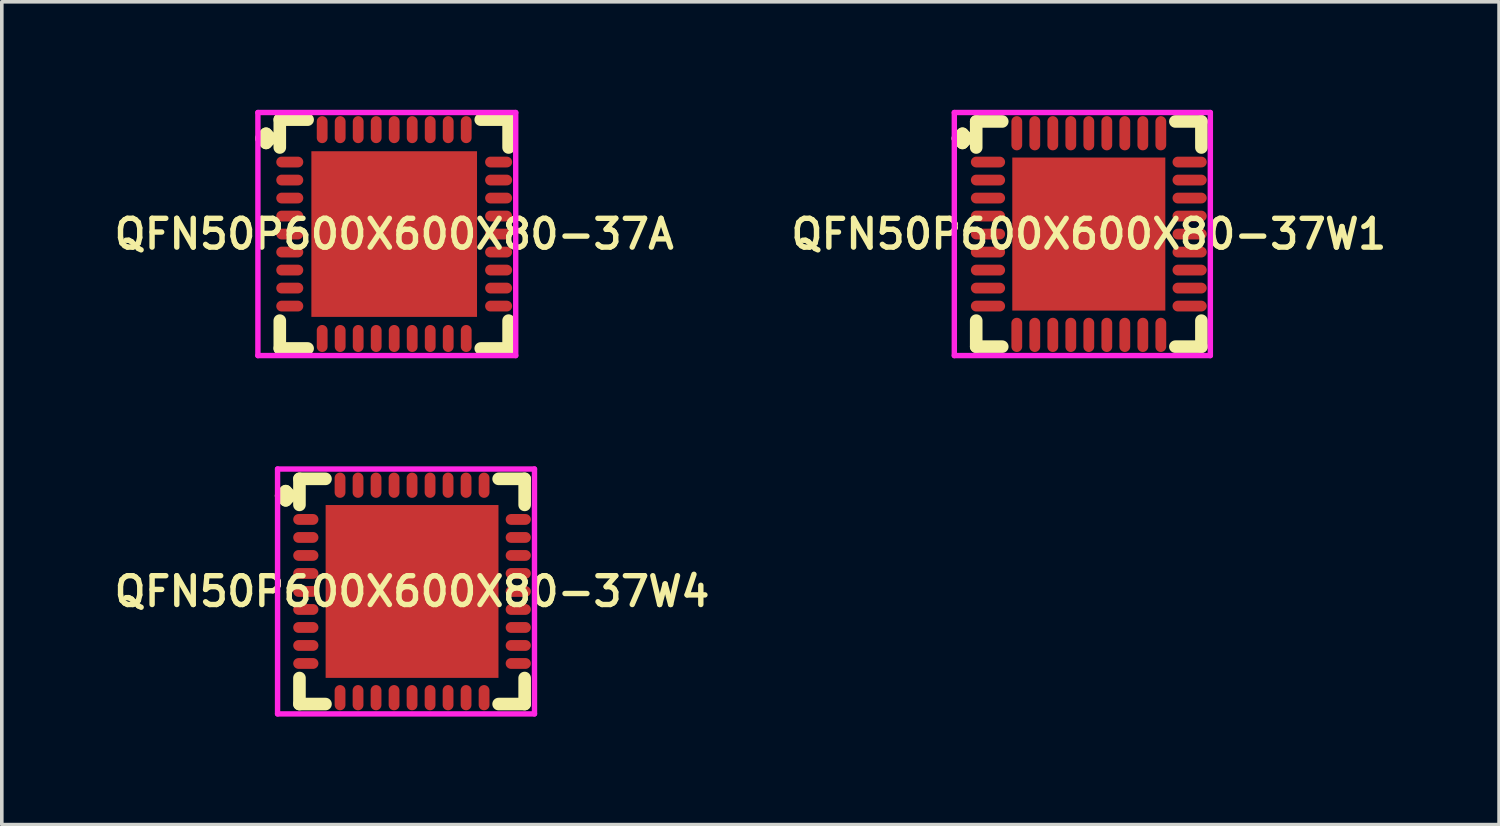
<source format=kicad_pcb>
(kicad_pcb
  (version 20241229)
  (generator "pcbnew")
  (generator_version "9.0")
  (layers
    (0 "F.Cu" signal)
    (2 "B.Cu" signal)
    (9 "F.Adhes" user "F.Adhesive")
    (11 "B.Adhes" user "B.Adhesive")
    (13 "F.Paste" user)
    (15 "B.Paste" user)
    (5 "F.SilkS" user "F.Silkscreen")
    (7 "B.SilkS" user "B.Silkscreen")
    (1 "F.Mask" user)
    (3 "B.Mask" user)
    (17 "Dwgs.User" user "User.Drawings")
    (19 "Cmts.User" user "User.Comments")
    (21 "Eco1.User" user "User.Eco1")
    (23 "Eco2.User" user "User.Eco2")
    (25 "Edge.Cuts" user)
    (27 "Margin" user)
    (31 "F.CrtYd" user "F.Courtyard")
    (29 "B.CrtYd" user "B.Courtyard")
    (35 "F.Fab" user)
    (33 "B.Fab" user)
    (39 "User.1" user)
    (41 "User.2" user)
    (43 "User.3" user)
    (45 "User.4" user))
  (footprint "QFN50P600X600X80-37W1"
    (layer "F.Cu")
    (at 27.187 3.45)
    (property "Reference" "QFN50P600X600X80-37W1" (at 0 0 0) (layer "F.SilkS") (effects (font (size 0.8 0.8) (thickness 0.15))))
    (attr smd)
    (fp_line (start -3.635 -2.658) (end -3.508 -2.785) (stroke (width 0.35) (type solid)) (layer "F.SilkS"))
    (fp_line (start -3.508 -2.785) (end -3.381 -2.658) (stroke (width 0.35) (type solid)) (layer "F.SilkS"))
    (fp_line (start -3.508 -2.531) (end -3.635 -2.658) (stroke (width 0.35) (type solid)) (layer "F.SilkS"))
    (fp_line (start -3.381 -2.658) (end -3.508 -2.531) (stroke (width 0.35) (type solid)) (layer "F.SilkS"))
    (fp_line (start -3.127 -3.127) (end -2.404 -3.127) (stroke (width 0.35) (type solid)) (layer "F.SilkS"))
    (fp_line (start -3.127 -2.404) (end -3.127 -3.127) (stroke (width 0.35) (type solid)) (layer "F.SilkS"))
    (fp_line (start -3.127 2.404) (end -3.127 3.127) (stroke (width 0.35) (type solid)) (layer "F.SilkS"))
    (fp_line (start -3.127 3.127) (end -2.404 3.127) (stroke (width 0.35) (type solid)) (layer "F.SilkS"))
    (fp_line (start 2.404 -3.127) (end 3.127 -3.127) (stroke (width 0.35) (type solid)) (layer "F.SilkS"))
    (fp_line (start 2.404 3.127) (end 3.127 3.127) (stroke (width 0.35) (type solid)) (layer "F.SilkS"))
    (fp_line (start 3.127 -3.127) (end 3.127 -2.404) (stroke (width 0.35) (type solid)) (layer "F.SilkS"))
    (fp_line (start 3.127 3.127) (end 3.127 2.404) (stroke (width 0.35) (type solid)) (layer "F.SilkS"))
    (fp_line (start -3.735 -3.375) (end 3.375 -3.375) (stroke (width 0.15) (type solid)) (layer "F.CrtYd"))
    (fp_line (start -3.735 3.375) (end -3.735 -3.375) (stroke (width 0.15) (type solid)) (layer "F.CrtYd"))
    (fp_line (start 3.375 -3.375) (end 3.375 3.375) (stroke (width 0.15) (type solid)) (layer "F.CrtYd"))
    (fp_line (start 3.375 3.375) (end -3.735 3.375) (stroke (width 0.15) (type solid)) (layer "F.CrtYd"))
    (pad "1" smd oval (at -2.8 -2) (size 0.95 0.3) (layers "F.Cu" "F.Mask" "F.Paste"))
    (pad "2" smd oval (at -2.8 -1.5) (size 0.95 0.3) (layers "F.Cu" "F.Mask" "F.Paste"))
    (pad "3" smd oval (at -2.8 -1) (size 0.95 0.3) (layers "F.Cu" "F.Mask" "F.Paste"))
    (pad "4" smd oval (at -2.8 -0.5) (size 0.95 0.3) (layers "F.Cu" "F.Mask" "F.Paste"))
    (pad "5" smd oval (at -2.8 0) (size 0.95 0.3) (layers "F.Cu" "F.Mask" "F.Paste"))
    (pad "6" smd oval (at -2.8 0.5) (size 0.95 0.3) (layers "F.Cu" "F.Mask" "F.Paste"))
    (pad "7" smd oval (at -2.8 1) (size 0.95 0.3) (layers "F.Cu" "F.Mask" "F.Paste"))
    (pad "8" smd oval (at -2.8 1.5) (size 0.95 0.3) (layers "F.Cu" "F.Mask" "F.Paste"))
    (pad "9" smd oval (at -2.8 2) (size 0.95 0.3) (layers "F.Cu" "F.Mask" "F.Paste"))
    (pad "10" smd oval (at -2 2.8) (size 0.3 0.95) (layers "F.Cu" "F.Mask" "F.Paste"))
    (pad "11" smd oval (at -1.5 2.8) (size 0.3 0.95) (layers "F.Cu" "F.Mask" "F.Paste"))
    (pad "12" smd oval (at -1 2.8) (size 0.3 0.95) (layers "F.Cu" "F.Mask" "F.Paste"))
    (pad "13" smd oval (at -0.5 2.8) (size 0.3 0.95) (layers "F.Cu" "F.Mask" "F.Paste"))
    (pad "14" smd oval (at 0 2.8) (size 0.3 0.95) (layers "F.Cu" "F.Mask" "F.Paste"))
    (pad "15" smd oval (at 0.5 2.8) (size 0.3 0.95) (layers "F.Cu" "F.Mask" "F.Paste"))
    (pad "16" smd oval (at 1 2.8) (size 0.3 0.95) (layers "F.Cu" "F.Mask" "F.Paste"))
    (pad "17" smd oval (at 1.5 2.8) (size 0.3 0.95) (layers "F.Cu" "F.Mask" "F.Paste"))
    (pad "18" smd oval (at 2 2.8) (size 0.3 0.95) (layers "F.Cu" "F.Mask" "F.Paste"))
    (pad "19" smd oval (at 2.8 2) (size 0.95 0.3) (layers "F.Cu" "F.Mask" "F.Paste"))
    (pad "20" smd oval (at 2.8 1.5) (size 0.95 0.3) (layers "F.Cu" "F.Mask" "F.Paste"))
    (pad "21" smd oval (at 2.8 1) (size 0.95 0.3) (layers "F.Cu" "F.Mask" "F.Paste"))
    (pad "22" smd oval (at 2.8 0.5) (size 0.95 0.3) (layers "F.Cu" "F.Mask" "F.Paste"))
    (pad "23" smd oval (at 2.8 0) (size 0.95 0.3) (layers "F.Cu" "F.Mask" "F.Paste"))
    (pad "24" smd oval (at 2.8 -0.5) (size 0.95 0.3) (layers "F.Cu" "F.Mask" "F.Paste"))
    (pad "25" smd oval (at 2.8 -1) (size 0.95 0.3) (layers "F.Cu" "F.Mask" "F.Paste"))
    (pad "26" smd oval (at 2.8 -1.5) (size 0.95 0.3) (layers "F.Cu" "F.Mask" "F.Paste"))
    (pad "27" smd oval (at 2.8 -2) (size 0.95 0.3) (layers "F.Cu" "F.Mask" "F.Paste"))
    (pad "28" smd oval (at 2 -2.8) (size 0.3 0.95) (layers "F.Cu" "F.Mask" "F.Paste"))
    (pad "29" smd oval (at 1.5 -2.8) (size 0.3 0.95) (layers "F.Cu" "F.Mask" "F.Paste"))
    (pad "30" smd oval (at 1 -2.8) (size 0.3 0.95) (layers "F.Cu" "F.Mask" "F.Paste"))
    (pad "31" smd oval (at 0.5 -2.8) (size 0.3 0.95) (layers "F.Cu" "F.Mask" "F.Paste"))
    (pad "32" smd oval (at 0 -2.8) (size 0.3 0.95) (layers "F.Cu" "F.Mask" "F.Paste"))
    (pad "33" smd oval (at -0.5 -2.8) (size 0.3 0.95) (layers "F.Cu" "F.Mask" "F.Paste"))
    (pad "34" smd oval (at -1 -2.8) (size 0.3 0.95) (layers "F.Cu" "F.Mask" "F.Paste"))
    (pad "35" smd oval (at -1.5 -2.8) (size 0.3 0.95) (layers "F.Cu" "F.Mask" "F.Paste"))
    (pad "36" smd oval (at -2 -2.8) (size 0.3 0.95) (layers "F.Cu" "F.Mask" "F.Paste"))
    (pad "37" smd rect (at 0 0) (size 4.25 4.25) (layers "F.Cu" "F.Mask" "F.Paste")))
  (footprint "QFN50P600X600X80-37W4"
    (layer "F.Cu")
    (at 8.393 13.375)
    (property "Reference" "QFN50P600X600X80-37W4" (at 0 0 0) (layer "F.SilkS") (effects (font (size 0.8 0.8) (thickness 0.15))))
    (attr smd)
    (fp_line (start -3.635 -2.658) (end -3.508 -2.785) (stroke (width 0.35) (type solid)) (layer "F.SilkS"))
    (fp_line (start -3.508 -2.785) (end -3.381 -2.658) (stroke (width 0.35) (type solid)) (layer "F.SilkS"))
    (fp_line (start -3.508 -2.531) (end -3.635 -2.658) (stroke (width 0.35) (type solid)) (layer "F.SilkS"))
    (fp_line (start -3.381 -2.658) (end -3.508 -2.531) (stroke (width 0.35) (type solid)) (layer "F.SilkS"))
    (fp_line (start -3.127 -3.127) (end -2.404 -3.127) (stroke (width 0.35) (type solid)) (layer "F.SilkS"))
    (fp_line (start -3.127 -2.404) (end -3.127 -3.127) (stroke (width 0.35) (type solid)) (layer "F.SilkS"))
    (fp_line (start -3.127 2.404) (end -3.127 3.127) (stroke (width 0.35) (type solid)) (layer "F.SilkS"))
    (fp_line (start -3.127 3.127) (end -2.404 3.127) (stroke (width 0.35) (type solid)) (layer "F.SilkS"))
    (fp_line (start 2.404 -3.127) (end 3.127 -3.127) (stroke (width 0.35) (type solid)) (layer "F.SilkS"))
    (fp_line (start 2.404 3.127) (end 3.127 3.127) (stroke (width 0.35) (type solid)) (layer "F.SilkS"))
    (fp_line (start 3.127 -3.127) (end 3.127 -2.404) (stroke (width 0.35) (type solid)) (layer "F.SilkS"))
    (fp_line (start 3.127 3.127) (end 3.127 2.404) (stroke (width 0.35) (type solid)) (layer "F.SilkS"))
    (fp_line (start -3.735 -3.4) (end 3.4 -3.4) (stroke (width 0.15) (type solid)) (layer "F.CrtYd"))
    (fp_line (start -3.735 3.4) (end -3.735 -3.4) (stroke (width 0.15) (type solid)) (layer "F.CrtYd"))
    (fp_line (start 3.4 -3.4) (end 3.4 3.4) (stroke (width 0.15) (type solid)) (layer "F.CrtYd"))
    (fp_line (start 3.4 3.4) (end -3.735 3.4) (stroke (width 0.15) (type solid)) (layer "F.CrtYd"))
    (pad "1" smd oval (at -2.95 -2) (size 0.7 0.3) (layers "F.Cu" "F.Mask" "F.Paste"))
    (pad "2" smd oval (at -2.95 -1.5) (size 0.7 0.3) (layers "F.Cu" "F.Mask" "F.Paste"))
    (pad "3" smd oval (at -2.95 -1) (size 0.7 0.3) (layers "F.Cu" "F.Mask" "F.Paste"))
    (pad "4" smd oval (at -2.95 -0.5) (size 0.7 0.3) (layers "F.Cu" "F.Mask" "F.Paste"))
    (pad "5" smd oval (at -2.95 0) (size 0.7 0.3) (layers "F.Cu" "F.Mask" "F.Paste"))
    (pad "6" smd oval (at -2.95 0.5) (size 0.7 0.3) (layers "F.Cu" "F.Mask" "F.Paste"))
    (pad "7" smd oval (at -2.95 1) (size 0.7 0.3) (layers "F.Cu" "F.Mask" "F.Paste"))
    (pad "8" smd oval (at -2.95 1.5) (size 0.7 0.3) (layers "F.Cu" "F.Mask" "F.Paste"))
    (pad "9" smd oval (at -2.95 2) (size 0.7 0.3) (layers "F.Cu" "F.Mask" "F.Paste"))
    (pad "10" smd oval (at -2 2.95) (size 0.3 0.7) (layers "F.Cu" "F.Mask" "F.Paste"))
    (pad "11" smd oval (at -1.5 2.95) (size 0.3 0.7) (layers "F.Cu" "F.Mask" "F.Paste"))
    (pad "12" smd oval (at -1 2.95) (size 0.3 0.7) (layers "F.Cu" "F.Mask" "F.Paste"))
    (pad "13" smd oval (at -0.5 2.95) (size 0.3 0.7) (layers "F.Cu" "F.Mask" "F.Paste"))
    (pad "14" smd oval (at 0 2.95) (size 0.3 0.7) (layers "F.Cu" "F.Mask" "F.Paste"))
    (pad "15" smd oval (at 0.5 2.95) (size 0.3 0.7) (layers "F.Cu" "F.Mask" "F.Paste"))
    (pad "16" smd oval (at 1 2.95) (size 0.3 0.7) (layers "F.Cu" "F.Mask" "F.Paste"))
    (pad "17" smd oval (at 1.5 2.95) (size 0.3 0.7) (layers "F.Cu" "F.Mask" "F.Paste"))
    (pad "18" smd oval (at 2 2.95) (size 0.3 0.7) (layers "F.Cu" "F.Mask" "F.Paste"))
    (pad "19" smd oval (at 2.95 2) (size 0.7 0.3) (layers "F.Cu" "F.Mask" "F.Paste"))
    (pad "20" smd oval (at 2.95 1.5) (size 0.7 0.3) (layers "F.Cu" "F.Mask" "F.Paste"))
    (pad "21" smd oval (at 2.95 1) (size 0.7 0.3) (layers "F.Cu" "F.Mask" "F.Paste"))
    (pad "22" smd oval (at 2.95 0.5) (size 0.7 0.3) (layers "F.Cu" "F.Mask" "F.Paste"))
    (pad "23" smd oval (at 2.95 0) (size 0.7 0.3) (layers "F.Cu" "F.Mask" "F.Paste"))
    (pad "24" smd oval (at 2.95 -0.5) (size 0.7 0.3) (layers "F.Cu" "F.Mask" "F.Paste"))
    (pad "25" smd oval (at 2.95 -1) (size 0.7 0.3) (layers "F.Cu" "F.Mask" "F.Paste"))
    (pad "26" smd oval (at 2.95 -1.5) (size 0.7 0.3) (layers "F.Cu" "F.Mask" "F.Paste"))
    (pad "27" smd oval (at 2.95 -2) (size 0.7 0.3) (layers "F.Cu" "F.Mask" "F.Paste"))
    (pad "28" smd oval (at 2 -2.95) (size 0.3 0.7) (layers "F.Cu" "F.Mask" "F.Paste"))
    (pad "29" smd oval (at 1.5 -2.95) (size 0.3 0.7) (layers "F.Cu" "F.Mask" "F.Paste"))
    (pad "30" smd oval (at 1 -2.95) (size 0.3 0.7) (layers "F.Cu" "F.Mask" "F.Paste"))
    (pad "31" smd oval (at 0.5 -2.95) (size 0.3 0.7) (layers "F.Cu" "F.Mask" "F.Paste"))
    (pad "32" smd oval (at 0 -2.95) (size 0.3 0.7) (layers "F.Cu" "F.Mask" "F.Paste"))
    (pad "33" smd oval (at -0.5 -2.95) (size 0.3 0.7) (layers "F.Cu" "F.Mask" "F.Paste"))
    (pad "34" smd oval (at -1 -2.95) (size 0.3 0.7) (layers "F.Cu" "F.Mask" "F.Paste"))
    (pad "35" smd oval (at -1.5 -2.95) (size 0.3 0.7) (layers "F.Cu" "F.Mask" "F.Paste"))
    (pad "36" smd oval (at -2 -2.95) (size 0.3 0.7) (layers "F.Cu" "F.Mask" "F.Paste"))
    (pad "37" smd rect (at 0 0) (size 4.8 4.8) (layers "F.Cu" "F.Mask" "F.Paste")))
  (footprint "QFN50P600X600X80-37A"
    (layer "F.Cu")
    (at 7.897 3.45)
    (property "Reference" "QFN50P600X600X80-37A" (at 0 0 0) (layer "F.SilkS") (effects (font (size 0.8 0.8) (thickness 0.15))))
    (attr smd)
    (fp_line (start -3.685 -2.658) (end -3.558 -2.785) (stroke (width 0.35) (type solid)) (layer "F.SilkS"))
    (fp_line (start -3.558 -2.785) (end -3.431 -2.658) (stroke (width 0.35) (type solid)) (layer "F.SilkS"))
    (fp_line (start -3.558 -2.531) (end -3.685 -2.658) (stroke (width 0.35) (type solid)) (layer "F.SilkS"))
    (fp_line (start -3.431 -2.658) (end -3.558 -2.531) (stroke (width 0.35) (type solid)) (layer "F.SilkS"))
    (fp_line (start -3.177 -3.177) (end -2.404 -3.177) (stroke (width 0.35) (type solid)) (layer "F.SilkS"))
    (fp_line (start -3.177 -2.404) (end -3.177 -3.177) (stroke (width 0.35) (type solid)) (layer "F.SilkS"))
    (fp_line (start -3.177 2.404) (end -3.177 3.177) (stroke (width 0.35) (type solid)) (layer "F.SilkS"))
    (fp_line (start -3.177 3.177) (end -2.404 3.177) (stroke (width 0.35) (type solid)) (layer "F.SilkS"))
    (fp_line (start 2.404 -3.177) (end 3.177 -3.177) (stroke (width 0.35) (type solid)) (layer "F.SilkS"))
    (fp_line (start 2.404 3.177) (end 3.177 3.177) (stroke (width 0.35) (type solid)) (layer "F.SilkS"))
    (fp_line (start 3.177 -3.177) (end 3.177 -2.404) (stroke (width 0.35) (type solid)) (layer "F.SilkS"))
    (fp_line (start 3.177 3.177) (end 3.177 2.404) (stroke (width 0.35) (type solid)) (layer "F.SilkS"))
    (fp_line (start -3.785 -3.375) (end 3.375 -3.375) (stroke (width 0.15) (type solid)) (layer "F.CrtYd"))
    (fp_line (start -3.785 3.375) (end -3.785 -3.375) (stroke (width 0.15) (type solid)) (layer "F.CrtYd"))
    (fp_line (start 3.375 -3.375) (end 3.375 3.375) (stroke (width 0.15) (type solid)) (layer "F.CrtYd"))
    (fp_line (start 3.375 3.375) (end -3.785 3.375) (stroke (width 0.15) (type solid)) (layer "F.CrtYd"))
    (pad "1" smd oval (at -2.9 -2) (size 0.75 0.3) (layers "F.Cu" "F.Mask" "F.Paste"))
    (pad "2" smd oval (at -2.9 -1.5) (size 0.75 0.3) (layers "F.Cu" "F.Mask" "F.Paste"))
    (pad "3" smd oval (at -2.9 -1) (size 0.75 0.3) (layers "F.Cu" "F.Mask" "F.Paste"))
    (pad "4" smd oval (at -2.9 -0.5) (size 0.75 0.3) (layers "F.Cu" "F.Mask" "F.Paste"))
    (pad "5" smd oval (at -2.9 0) (size 0.75 0.3) (layers "F.Cu" "F.Mask" "F.Paste"))
    (pad "6" smd oval (at -2.9 0.5) (size 0.75 0.3) (layers "F.Cu" "F.Mask" "F.Paste"))
    (pad "7" smd oval (at -2.9 1) (size 0.75 0.3) (layers "F.Cu" "F.Mask" "F.Paste"))
    (pad "8" smd oval (at -2.9 1.5) (size 0.75 0.3) (layers "F.Cu" "F.Mask" "F.Paste"))
    (pad "9" smd oval (at -2.9 2) (size 0.75 0.3) (layers "F.Cu" "F.Mask" "F.Paste"))
    (pad "10" smd oval (at -2 2.9) (size 0.3 0.75) (layers "F.Cu" "F.Mask" "F.Paste"))
    (pad "11" smd oval (at -1.5 2.9) (size 0.3 0.75) (layers "F.Cu" "F.Mask" "F.Paste"))
    (pad "12" smd oval (at -1 2.9) (size 0.3 0.75) (layers "F.Cu" "F.Mask" "F.Paste"))
    (pad "13" smd oval (at -0.5 2.9) (size 0.3 0.75) (layers "F.Cu" "F.Mask" "F.Paste"))
    (pad "14" smd oval (at 0 2.9) (size 0.3 0.75) (layers "F.Cu" "F.Mask" "F.Paste"))
    (pad "15" smd oval (at 0.5 2.9) (size 0.3 0.75) (layers "F.Cu" "F.Mask" "F.Paste"))
    (pad "16" smd oval (at 1 2.9) (size 0.3 0.75) (layers "F.Cu" "F.Mask" "F.Paste"))
    (pad "17" smd oval (at 1.5 2.9) (size 0.3 0.75) (layers "F.Cu" "F.Mask" "F.Paste"))
    (pad "18" smd oval (at 2 2.9) (size 0.3 0.75) (layers "F.Cu" "F.Mask" "F.Paste"))
    (pad "19" smd oval (at 2.9 2) (size 0.75 0.3) (layers "F.Cu" "F.Mask" "F.Paste"))
    (pad "20" smd oval (at 2.9 1.5) (size 0.75 0.3) (layers "F.Cu" "F.Mask" "F.Paste"))
    (pad "21" smd oval (at 2.9 1) (size 0.75 0.3) (layers "F.Cu" "F.Mask" "F.Paste"))
    (pad "22" smd oval (at 2.9 0.5) (size 0.75 0.3) (layers "F.Cu" "F.Mask" "F.Paste"))
    (pad "23" smd oval (at 2.9 0) (size 0.75 0.3) (layers "F.Cu" "F.Mask" "F.Paste"))
    (pad "24" smd oval (at 2.9 -0.5) (size 0.75 0.3) (layers "F.Cu" "F.Mask" "F.Paste"))
    (pad "25" smd oval (at 2.9 -1) (size 0.75 0.3) (layers "F.Cu" "F.Mask" "F.Paste"))
    (pad "26" smd oval (at 2.9 -1.5) (size 0.75 0.3) (layers "F.Cu" "F.Mask" "F.Paste"))
    (pad "27" smd oval (at 2.9 -2) (size 0.75 0.3) (layers "F.Cu" "F.Mask" "F.Paste"))
    (pad "28" smd oval (at 2 -2.9) (size 0.3 0.75) (layers "F.Cu" "F.Mask" "F.Paste"))
    (pad "29" smd oval (at 1.5 -2.9) (size 0.3 0.75) (layers "F.Cu" "F.Mask" "F.Paste"))
    (pad "30" smd oval (at 1 -2.9) (size 0.3 0.75) (layers "F.Cu" "F.Mask" "F.Paste"))
    (pad "31" smd oval (at 0.5 -2.9) (size 0.3 0.75) (layers "F.Cu" "F.Mask" "F.Paste"))
    (pad "32" smd oval (at 0 -2.9) (size 0.3 0.75) (layers "F.Cu" "F.Mask" "F.Paste"))
    (pad "33" smd oval (at -0.5 -2.9) (size 0.3 0.75) (layers "F.Cu" "F.Mask" "F.Paste"))
    (pad "34" smd oval (at -1 -2.9) (size 0.3 0.75) (layers "F.Cu" "F.Mask" "F.Paste"))
    (pad "35" smd oval (at -1.5 -2.9) (size 0.3 0.75) (layers "F.Cu" "F.Mask" "F.Paste"))
    (pad "36" smd oval (at -2 -2.9) (size 0.3 0.75) (layers "F.Cu" "F.Mask" "F.Paste"))
    (pad "37" smd rect (at 0 0) (size 4.6 4.6) (layers "F.Cu" "F.Mask" "F.Paste")))
  (gr_rect
    (start -3 -3)
    (end 38.58 19.85)
    (stroke (width 0.1) (type default))
    (fill no)
    (layer "Edge.Cuts")))
</source>
